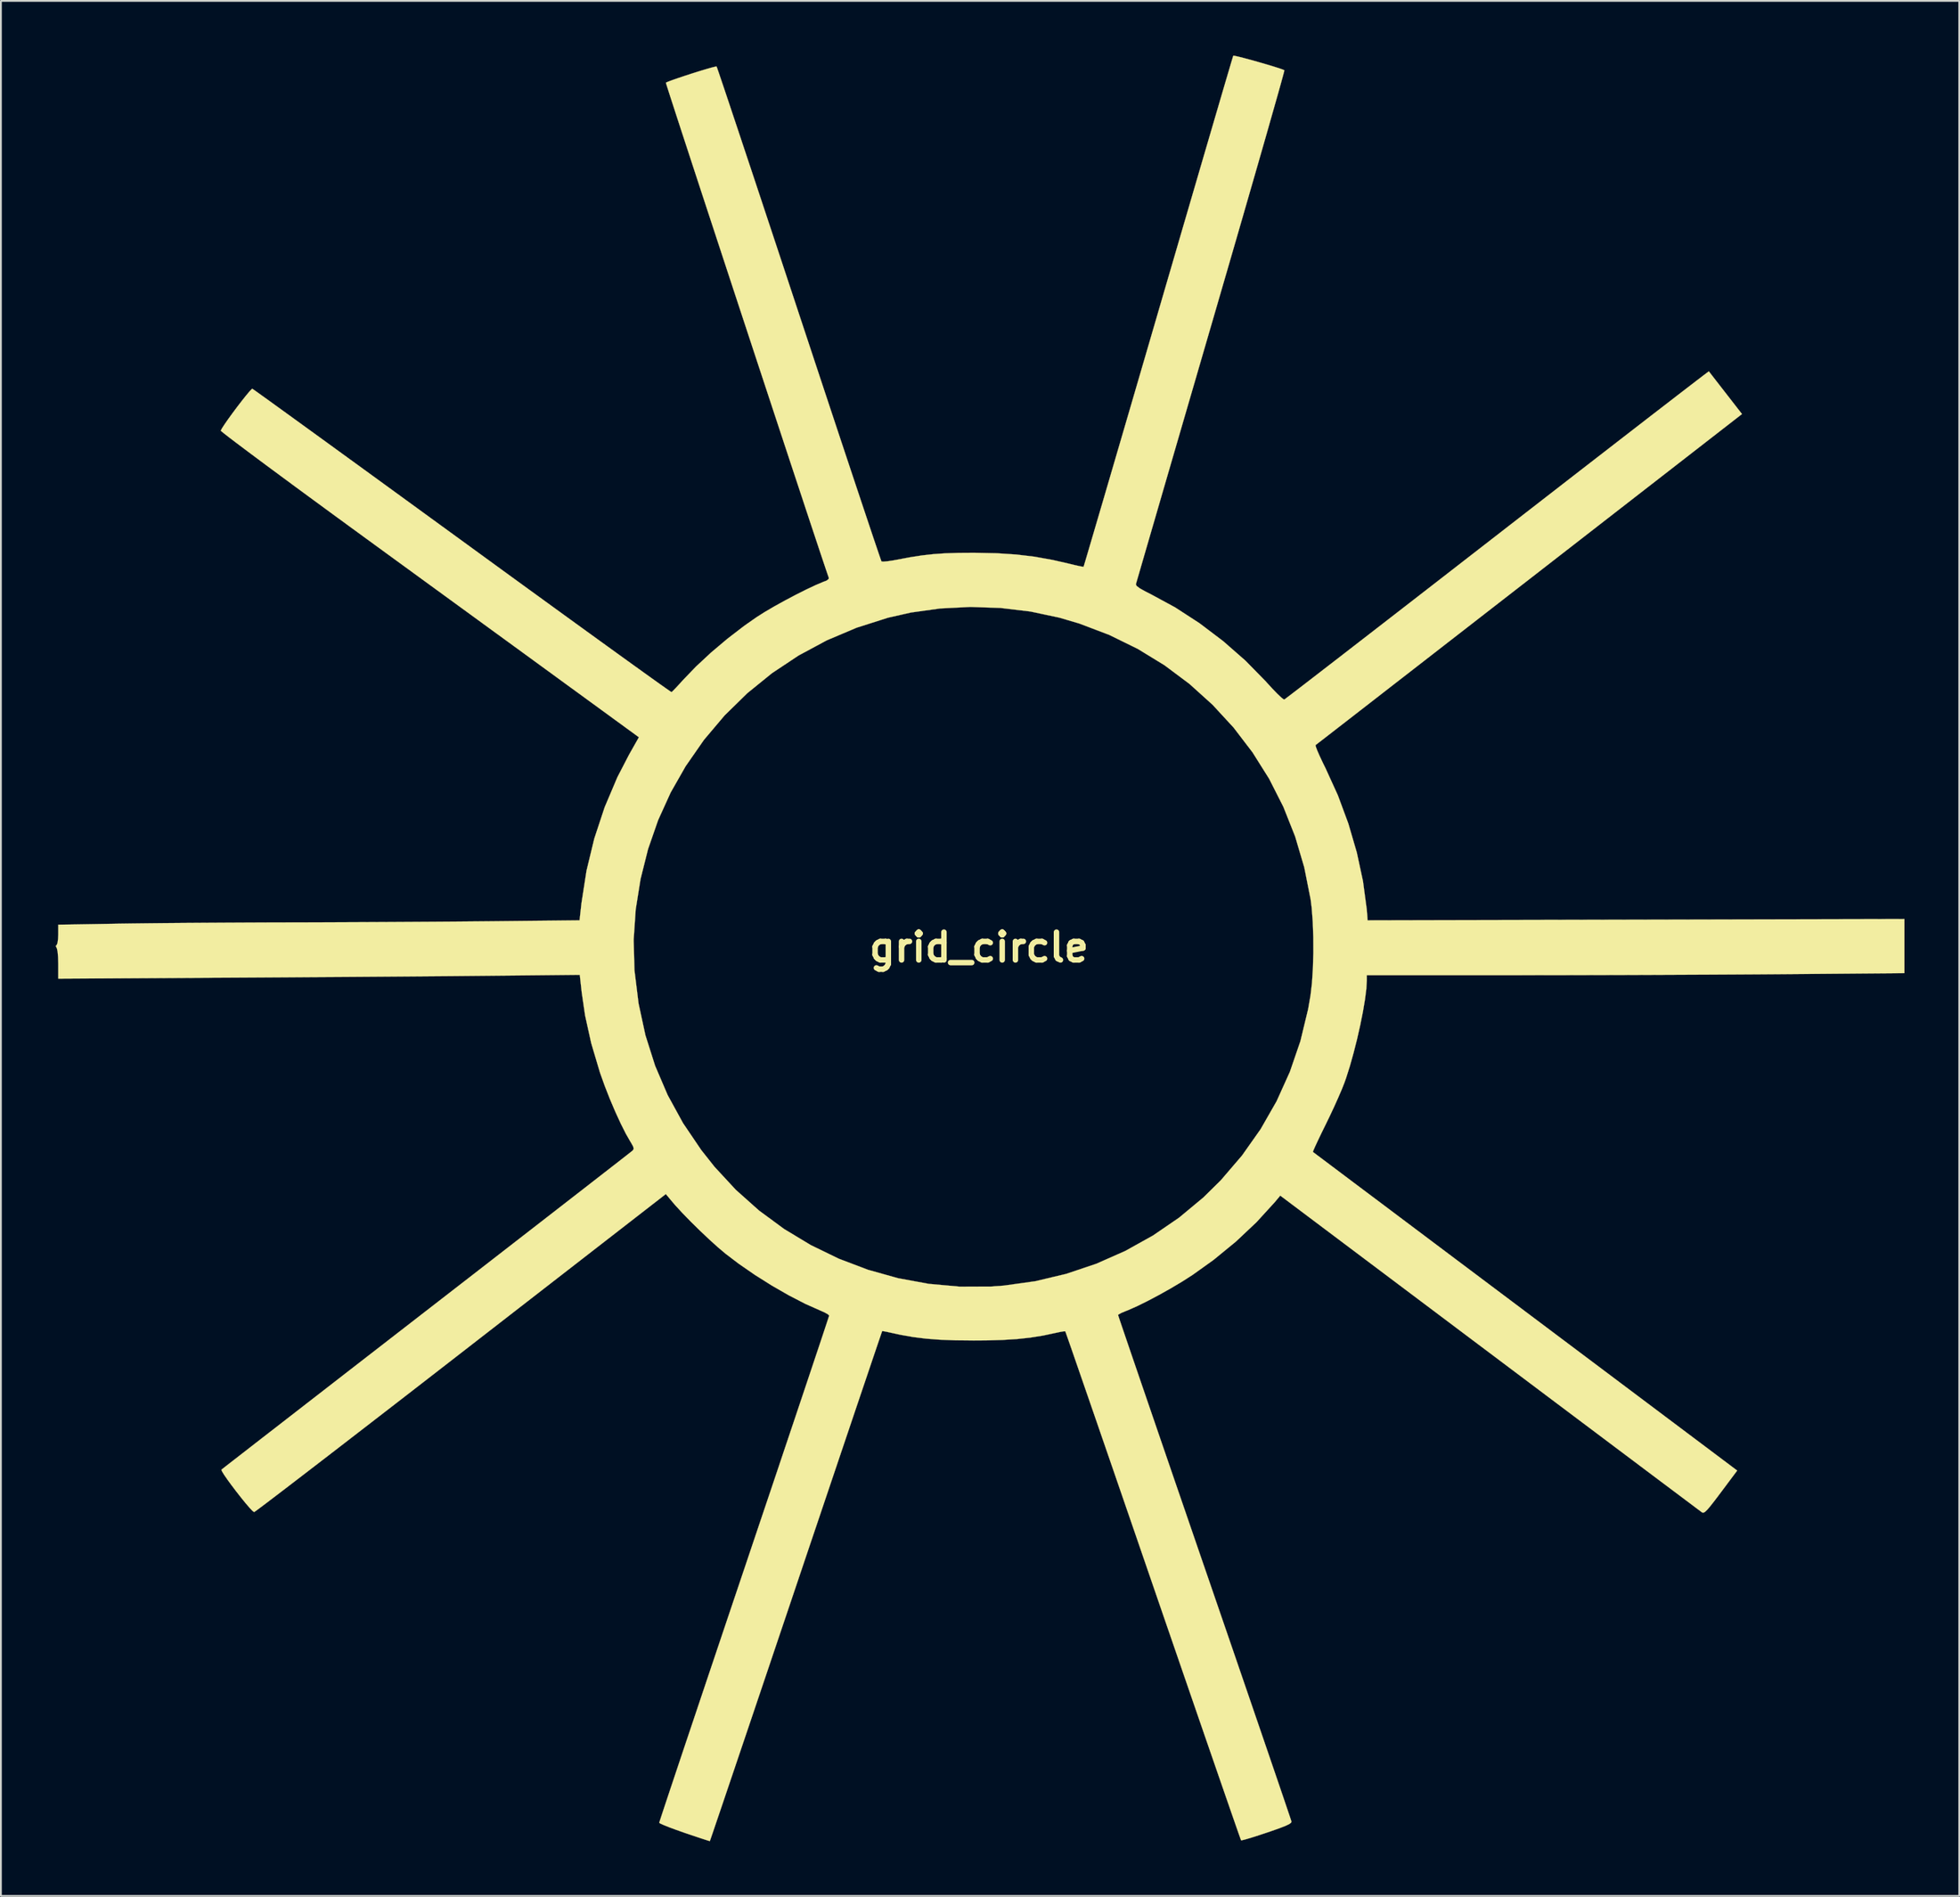
<source format=kicad_pcb>
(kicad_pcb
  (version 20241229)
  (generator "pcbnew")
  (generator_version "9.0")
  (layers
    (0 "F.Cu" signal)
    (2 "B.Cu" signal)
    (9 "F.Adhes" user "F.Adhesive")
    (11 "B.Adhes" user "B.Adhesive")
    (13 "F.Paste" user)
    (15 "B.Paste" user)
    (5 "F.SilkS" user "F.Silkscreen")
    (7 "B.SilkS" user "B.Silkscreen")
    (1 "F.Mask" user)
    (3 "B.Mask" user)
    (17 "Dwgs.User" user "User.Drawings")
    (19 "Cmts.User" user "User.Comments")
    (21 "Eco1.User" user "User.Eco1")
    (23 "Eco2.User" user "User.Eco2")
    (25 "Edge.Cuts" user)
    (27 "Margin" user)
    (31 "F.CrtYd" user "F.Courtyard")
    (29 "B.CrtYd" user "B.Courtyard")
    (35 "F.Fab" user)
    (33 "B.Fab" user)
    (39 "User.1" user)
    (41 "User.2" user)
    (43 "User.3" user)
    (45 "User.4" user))
  (footprint "grid_circle"
    (layer "F.Cu")
    (at 50.605 48.867)
    (property "Reference" "grid_circle" (at 0 0 0) (layer "F.SilkS") (effects (font (size 1.524 1.524) (thickness 0.3))))
    (attr through_hole)
    (fp_poly (pts (xy 14.019 -48.855) (xy 14.234 -48.807) (xy 14.546 -48.727) (xy 14.923 -48.626) (xy 15.332 -48.511) (xy 15.742 -48.392) (xy 16.119 -48.279) (xy 16.432 -48.18) (xy 16.648 -48.105) (xy 16.733 -48.065) (xy 16.715 -47.98) (xy 16.652 -47.741) (xy 16.546 -47.355) (xy 16.4 -46.833) (xy 16.215 -46.181) (xy 15.995 -45.408) (xy 15.743 -44.522) (xy 15.459 -43.533) (xy 15.147 -42.447) (xy 14.808 -41.274) (xy 14.447 -40.022) (xy 14.064 -38.699) (xy 13.662 -37.313) (xy 13.243 -35.873) (xy 12.811 -34.386) (xy 12.704 -34.02) (xy 12.268 -32.523) (xy 11.845 -31.068) (xy 11.436 -29.665) (xy 11.045 -28.322) (xy 10.674 -27.048) (xy 10.325 -25.85) (xy 10.001 -24.737) (xy 9.705 -23.717) (xy 9.438 -22.8) (xy 9.203 -21.993) (xy 9.003 -21.304) (xy 8.84 -20.743) (xy 8.716 -20.316) (xy 8.634 -20.034) (xy 8.597 -19.904) (xy 8.594 -19.897) (xy 8.637 -19.806) (xy 8.81 -19.676) (xy 9.124 -19.5) (xy 9.396 -19.363) (xy 10.743 -18.633) (xy 12.083 -17.763) (xy 13.38 -16.781) (xy 14.598 -15.714) (xy 15.701 -14.589) (xy 15.779 -14.502) (xy 16.082 -14.171) (xy 16.35 -13.895) (xy 16.562 -13.694) (xy 16.697 -13.589) (xy 16.729 -13.58) (xy 16.805 -13.635) (xy 17.008 -13.789) (xy 17.331 -14.036) (xy 17.767 -14.37) (xy 18.309 -14.788) (xy 18.95 -15.283) (xy 19.684 -15.849) (xy 20.503 -16.483) (xy 21.402 -17.178) (xy 22.372 -17.929) (xy 23.406 -18.73) (xy 24.499 -19.577) (xy 25.644 -20.465) (xy 26.832 -21.387) (xy 28.058 -22.338) (xy 28.402 -22.605) (xy 29.635 -23.562) (xy 30.833 -24.491) (xy 31.987 -25.386) (xy 33.091 -26.242) (xy 34.139 -27.053) (xy 35.123 -27.815) (xy 36.036 -28.521) (xy 36.872 -29.168) (xy 37.625 -29.748) (xy 38.286 -30.258) (xy 38.85 -30.692) (xy 39.309 -31.045) (xy 39.657 -31.311) (xy 39.887 -31.485) (xy 39.992 -31.562) (xy 39.998 -31.566) (xy 40.054 -31.493) (xy 40.196 -31.309) (xy 40.408 -31.036) (xy 40.672 -30.696) (xy 40.915 -30.383) (xy 41.813 -29.227) (xy 30.164 -20.18) (xy 28.925 -19.219) (xy 27.722 -18.285) (xy 26.562 -17.384) (xy 25.451 -16.522) (xy 24.397 -15.703) (xy 23.406 -14.934) (xy 22.484 -14.219) (xy 21.64 -13.563) (xy 20.879 -12.973) (xy 20.209 -12.453) (xy 19.636 -12.009) (xy 19.167 -11.645) (xy 18.809 -11.368) (xy 18.569 -11.183) (xy 18.453 -11.094) (xy 18.444 -11.087) (xy 18.456 -10.999) (xy 18.535 -10.788) (xy 18.671 -10.479) (xy 18.85 -10.098) (xy 18.989 -9.817) (xy 19.666 -8.332) (xy 20.241 -6.781) (xy 20.703 -5.2) (xy 21.042 -3.626) (xy 21.247 -2.094) (xy 21.273 -1.778) (xy 21.294 -1.482) (xy 36.005 -1.517) (xy 50.715 -1.552) (xy 50.715 1.411) (xy 43.921 1.468) (xy 42.734 1.477) (xy 41.407 1.485) (xy 39.971 1.493) (xy 38.455 1.5) (xy 36.888 1.507) (xy 35.302 1.513) (xy 33.725 1.517) (xy 32.187 1.521) (xy 30.719 1.523) (xy 29.35 1.524) (xy 29.189 1.524) (xy 21.251 1.524) (xy 21.251 1.826) (xy 21.225 2.277) (xy 21.152 2.855) (xy 21.038 3.528) (xy 20.891 4.262) (xy 20.718 5.026) (xy 20.526 5.785) (xy 20.323 6.508) (xy 20.116 7.161) (xy 20.026 7.414) (xy 19.885 7.772) (xy 19.685 8.236) (xy 19.448 8.763) (xy 19.192 9.307) (xy 18.992 9.718) (xy 18.769 10.172) (xy 18.577 10.572) (xy 18.427 10.894) (xy 18.33 11.114) (xy 18.297 11.208) (xy 18.298 11.21) (xy 18.368 11.263) (xy 18.566 11.413) (xy 18.887 11.653) (xy 19.321 11.98) (xy 19.863 12.387) (xy 20.506 12.871) (xy 21.243 13.424) (xy 22.067 14.042) (xy 22.97 14.721) (xy 23.946 15.454) (xy 24.988 16.237) (xy 26.089 17.064) (xy 27.242 17.929) (xy 28.44 18.829) (xy 29.677 19.757) (xy 29.94 19.955) (xy 41.55 28.672) (xy 40.657 29.866) (xy 40.33 30.299) (xy 40.087 30.61) (xy 39.912 30.817) (xy 39.788 30.935) (xy 39.702 30.98) (xy 39.636 30.97) (xy 39.621 30.961) (xy 39.539 30.9) (xy 39.329 30.743) (xy 38.997 30.494) (xy 38.552 30.16) (xy 37.999 29.745) (xy 37.346 29.256) (xy 36.6 28.696) (xy 35.769 28.071) (xy 34.858 27.388) (xy 33.876 26.65) (xy 32.829 25.864) (xy 31.725 25.035) (xy 30.57 24.167) (xy 29.372 23.267) (xy 28.137 22.339) (xy 27.994 22.232) (xy 16.509 13.603) (xy 16.195 13.977) (xy 15.203 15.063) (xy 14.078 16.123) (xy 12.854 17.126) (xy 11.701 17.951) (xy 11.141 18.309) (xy 10.519 18.68) (xy 9.872 19.043) (xy 9.237 19.379) (xy 8.654 19.667) (xy 8.16 19.885) (xy 8.022 19.939) (xy 7.793 20.035) (xy 7.647 20.117) (xy 7.62 20.149) (xy 7.647 20.234) (xy 7.726 20.471) (xy 7.855 20.852) (xy 8.031 21.368) (xy 8.25 22.012) (xy 8.511 22.774) (xy 8.81 23.648) (xy 9.144 24.623) (xy 9.511 25.694) (xy 9.907 26.85) (xy 10.331 28.085) (xy 10.778 29.389) (xy 11.248 30.754) (xy 11.735 32.173) (xy 12.238 33.637) (xy 12.36 33.99) (xy 12.867 35.465) (xy 13.359 36.897) (xy 13.834 38.279) (xy 14.288 39.602) (xy 14.719 40.858) (xy 15.123 42.038) (xy 15.499 43.135) (xy 15.843 44.14) (xy 16.152 45.044) (xy 16.424 45.84) (xy 16.655 46.519) (xy 16.843 47.073) (xy 16.985 47.494) (xy 17.079 47.773) (xy 17.12 47.902) (xy 17.122 47.909) (xy 17.097 47.974) (xy 16.991 48.05) (xy 16.785 48.147) (xy 16.46 48.273) (xy 15.998 48.436) (xy 15.774 48.512) (xy 15.322 48.662) (xy 14.929 48.787) (xy 14.62 48.878) (xy 14.422 48.929) (xy 14.363 48.935) (xy 14.332 48.852) (xy 14.248 48.617) (xy 14.115 48.238) (xy 13.936 47.724) (xy 13.713 47.082) (xy 13.449 46.32) (xy 13.147 45.448) (xy 12.81 44.472) (xy 12.44 43.402) (xy 12.041 42.245) (xy 11.615 41.009) (xy 11.165 39.703) (xy 10.694 38.335) (xy 10.204 36.913) (xy 9.699 35.445) (xy 9.54 34.982) (xy 9.031 33.502) (xy 8.537 32.065) (xy 8.06 30.68) (xy 7.604 29.355) (xy 7.171 28.097) (xy 6.763 26.915) (xy 6.385 25.818) (xy 6.038 24.813) (xy 5.725 23.908) (xy 5.45 23.112) (xy 5.215 22.433) (xy 5.023 21.879) (xy 4.876 21.458) (xy 4.778 21.179) (xy 4.731 21.049) (xy 4.728 21.04) (xy 4.636 21.042) (xy 4.428 21.078) (xy 4.19 21.129) (xy 3.506 21.274) (xy 2.817 21.384) (xy 2.09 21.463) (xy 1.289 21.513) (xy 0.378 21.539) (xy -0.296 21.543) (xy -1.284 21.533) (xy -2.141 21.501) (xy -2.904 21.442) (xy -3.612 21.354) (xy -4.302 21.232) (xy -4.806 21.123) (xy -5.068 21.065) (xy -5.251 21.032) (xy -5.309 21.029) (xy -5.337 21.109) (xy -5.417 21.343) (xy -5.546 21.72) (xy -5.72 22.233) (xy -5.937 22.875) (xy -6.194 23.636) (xy -6.489 24.508) (xy -6.819 25.484) (xy -7.18 26.555) (xy -7.571 27.713) (xy -7.988 28.95) (xy -8.429 30.257) (xy -8.891 31.628) (xy -9.372 33.052) (xy -9.867 34.523) (xy -10.03 35.007) (xy -10.53 36.491) (xy -11.016 37.931) (xy -11.484 39.32) (xy -11.932 40.648) (xy -12.357 41.908) (xy -12.757 43.092) (xy -13.129 44.192) (xy -13.469 45.199) (xy -13.776 46.105) (xy -14.045 46.902) (xy -14.276 47.582) (xy -14.465 48.137) (xy -14.608 48.559) (xy -14.704 48.839) (xy -14.75 48.969) (xy -14.754 48.978) (xy -14.836 48.955) (xy -15.053 48.886) (xy -15.377 48.78) (xy -15.781 48.644) (xy -16.15 48.519) (xy -16.6 48.36) (xy -16.988 48.216) (xy -17.289 48.095) (xy -17.476 48.009) (xy -17.526 47.971) (xy -17.499 47.884) (xy -17.421 47.645) (xy -17.295 47.262) (xy -17.122 46.742) (xy -16.907 46.096) (xy -16.651 45.33) (xy -16.358 44.453) (xy -16.03 43.474) (xy -15.669 42.4) (xy -15.28 41.24) (xy -14.864 40.001) (xy -14.424 38.693) (xy -13.964 37.324) (xy -13.485 35.901) (xy -12.99 34.433) (xy -12.869 34.074) (xy -12.372 32.596) (xy -11.889 31.162) (xy -11.423 29.779) (xy -10.978 28.455) (xy -10.557 27.199) (xy -10.16 26.019) (xy -9.793 24.924) (xy -9.457 23.921) (xy -9.155 23.018) (xy -8.89 22.225) (xy -8.664 21.549) (xy -8.481 20.998) (xy -8.343 20.581) (xy -8.253 20.306) (xy -8.214 20.182) (xy -8.213 20.175) (xy -8.285 20.105) (xy -8.473 20.001) (xy -8.7 19.901) (xy -9.52 19.536) (xy -10.418 19.072) (xy -11.351 18.536) (xy -12.279 17.952) (xy -13.161 17.343) (xy -13.885 16.793) (xy -14.299 16.444) (xy -14.78 16.01) (xy -15.291 15.527) (xy -15.796 15.03) (xy -16.259 14.555) (xy -16.644 14.136) (xy -16.781 13.977) (xy -17.164 13.518) (xy -28.396 22.232) (xy -29.612 23.175) (xy -30.793 24.09) (xy -31.931 24.971) (xy -33.02 25.812) (xy -34.052 26.609) (xy -35.02 27.356) (xy -35.918 28.048) (xy -36.739 28.679) (xy -37.475 29.244) (xy -38.12 29.738) (xy -38.666 30.154) (xy -39.106 30.489) (xy -39.435 30.736) (xy -39.644 30.89) (xy -39.726 30.946) (xy -39.727 30.946) (xy -39.815 30.883) (xy -39.977 30.712) (xy -40.194 30.46) (xy -40.444 30.152) (xy -40.708 29.815) (xy -40.965 29.476) (xy -41.195 29.161) (xy -41.378 28.896) (xy -41.492 28.708) (xy -41.518 28.623) (xy -41.518 28.622) (xy -41.444 28.564) (xy -41.244 28.407) (xy -40.923 28.158) (xy -40.489 27.821) (xy -39.95 27.403) (xy -39.312 26.907) (xy -38.581 26.341) (xy -37.766 25.709) (xy -36.873 25.016) (xy -35.909 24.269) (xy -34.882 23.472) (xy -33.797 22.631) (xy -32.662 21.752) (xy -31.485 20.84) (xy -30.271 19.899) (xy -30.268 19.897) (xy -29.054 18.956) (xy -27.875 18.043) (xy -26.739 17.162) (xy -25.652 16.319) (xy -24.622 15.52) (xy -23.655 14.77) (xy -22.76 14.075) (xy -21.941 13.44) (xy -21.208 12.87) (xy -20.566 12.371) (xy -20.023 11.949) (xy -19.586 11.609) (xy -19.261 11.355) (xy -19.057 11.195) (xy -18.979 11.133) (xy -18.926 11.045) (xy -18.952 10.917) (xy -19.069 10.706) (xy -19.1 10.657) (xy -19.351 10.22) (xy -19.634 9.658) (xy -19.933 9.008) (xy -20.231 8.308) (xy -20.511 7.595) (xy -20.758 6.906) (xy -20.783 6.83) (xy -21.253 5.25) (xy -21.589 3.731) (xy -21.774 2.462) (xy -21.88 1.504) (xy -26.963 1.556) (xy -27.783 1.564) (xy -28.753 1.573) (xy -29.85 1.582) (xy -31.055 1.592) (xy -32.347 1.602) (xy -33.706 1.612) (xy -35.111 1.622) (xy -36.542 1.631) (xy -37.978 1.641) (xy -39.398 1.65) (xy -40.783 1.658) (xy -41.254 1.661) (xy -50.461 1.714) (xy -50.461 0.916) (xy -50.471 0.535) (xy -50.497 0.236) (xy -50.536 0.056) (xy -50.553 0.026) (xy -50.6 -0.076) (xy -50.553 -0.122) (xy -50.505 -0.231) (xy -50.478 -0.413) (xy -18.929 -0.413) (xy -18.885 1.226) (xy -18.882 1.27) (xy -18.659 3.08) (xy -18.283 4.818) (xy -17.752 6.489) (xy -17.066 8.092) (xy -16.223 9.631) (xy -15.223 11.108) (xy -14.493 12.03) (xy -13.331 13.286) (xy -12.056 14.423) (xy -10.681 15.435) (xy -9.22 16.316) (xy -7.684 17.063) (xy -6.087 17.669) (xy -4.441 18.13) (xy -2.758 18.44) (xy -1.052 18.594) (xy 0.665 18.587) (xy 1.355 18.537) (xy 3.083 18.296) (xy 4.778 17.894) (xy 6.427 17.339) (xy 8.017 16.636) (xy 9.534 15.791) (xy 10.965 14.812) (xy 12.297 13.705) (xy 13.248 12.768) (xy 14.412 11.41) (xy 15.433 9.963) (xy 16.309 8.432) (xy 17.036 6.822) (xy 17.613 5.14) (xy 18.036 3.391) (xy 18.169 2.625) (xy 18.247 1.952) (xy 18.298 1.163) (xy 18.323 0.308) (xy 18.32 -0.565) (xy 18.29 -1.406) (xy 18.232 -2.164) (xy 18.175 -2.625) (xy 17.825 -4.386) (xy 17.324 -6.08) (xy 16.68 -7.701) (xy 15.899 -9.241) (xy 14.986 -10.692) (xy 13.95 -12.047) (xy 12.796 -13.298) (xy 11.532 -14.439) (xy 10.163 -15.462) (xy 8.696 -16.359) (xy 7.138 -17.123) (xy 5.496 -17.747) (xy 4.403 -18.069) (xy 2.821 -18.405) (xy 1.185 -18.601) (xy -0.473 -18.657) (xy -2.123 -18.574) (xy -3.734 -18.35) (xy -4.989 -18.066) (xy -6.706 -17.519) (xy -8.342 -16.827) (xy -9.891 -15.994) (xy -11.346 -15.027) (xy -12.699 -13.93) (xy -13.944 -12.711) (xy -15.074 -11.374) (xy -16.081 -9.924) (xy -16.898 -8.491) (xy -17.587 -6.974) (xy -18.14 -5.383) (xy -18.551 -3.743) (xy -18.816 -2.078) (xy -18.929 -0.413) (xy -50.478 -0.413) (xy -50.472 -0.457) (xy -50.461 -0.711) (xy -50.461 -1.242) (xy -47.096 -1.298) (xy -46.409 -1.308) (xy -45.579 -1.318) (xy -44.631 -1.328) (xy -43.59 -1.337) (xy -42.482 -1.345) (xy -41.333 -1.352) (xy -40.168 -1.358) (xy -39.013 -1.363) (xy -37.894 -1.366) (xy -37.719 -1.366) (xy -36.543 -1.369) (xy -35.278 -1.374) (xy -33.955 -1.38) (xy -32.608 -1.387) (xy -31.271 -1.395) (xy -29.976 -1.403) (xy -28.755 -1.412) (xy -27.643 -1.422) (xy -26.8 -1.43) (xy -21.892 -1.482) (xy -21.786 -2.43) (xy -21.511 -4.201) (xy -21.085 -5.961) (xy -20.517 -7.68) (xy -19.818 -9.328) (xy -19.185 -10.55) (xy -18.64 -11.514) (xy -22.041 -13.994) (xy -22.575 -14.382) (xy -23.231 -14.861) (xy -23.997 -15.419) (xy -24.857 -16.046) (xy -25.799 -16.732) (xy -26.809 -17.467) (xy -27.871 -18.241) (xy -28.974 -19.044) (xy -30.102 -19.865) (xy -31.241 -20.695) (xy -32.379 -21.523) (xy -33.5 -22.34) (xy -33.51 -22.347) (xy -34.549 -23.105) (xy -35.549 -23.835) (xy -36.501 -24.533) (xy -37.397 -25.191) (xy -38.228 -25.804) (xy -38.986 -26.364) (xy -39.663 -26.867) (xy -40.25 -27.306) (xy -40.738 -27.673) (xy -41.12 -27.964) (xy -41.387 -28.172) (xy -41.531 -28.291) (xy -41.554 -28.317) (xy -41.49 -28.443) (xy -41.347 -28.663) (xy -41.146 -28.952) (xy -40.907 -29.282) (xy -40.651 -29.625) (xy -40.397 -29.955) (xy -40.167 -30.244) (xy -39.981 -30.466) (xy -39.86 -30.593) (xy -39.826 -30.612) (xy -39.748 -30.559) (xy -39.541 -30.412) (xy -39.211 -30.175) (xy -38.766 -29.855) (xy -38.213 -29.455) (xy -37.559 -28.982) (xy -36.811 -28.44) (xy -35.976 -27.835) (xy -35.062 -27.171) (xy -34.075 -26.455) (xy -33.024 -25.691) (xy -31.914 -24.884) (xy -30.754 -24.04) (xy -29.55 -23.164) (xy -28.322 -22.271) (xy -27.083 -21.369) (xy -25.881 -20.494) (xy -24.723 -19.653) (xy -23.615 -18.849) (xy -22.566 -18.088) (xy -21.583 -17.376) (xy -20.672 -16.717) (xy -19.841 -16.117) (xy -19.096 -15.58) (xy -18.446 -15.113) (xy -17.896 -14.719) (xy -17.455 -14.404) (xy -17.129 -14.174) (xy -16.926 -14.033) (xy -16.853 -13.987) (xy -16.774 -14.057) (xy -16.61 -14.226) (xy -16.388 -14.465) (xy -16.224 -14.647) (xy -15.512 -15.387) (xy -14.687 -16.155) (xy -13.79 -16.912) (xy -12.863 -17.624) (xy -12.188 -18.096) (xy -11.75 -18.374) (xy -11.223 -18.683) (xy -10.643 -19.004) (xy -10.047 -19.319) (xy -9.47 -19.609) (xy -8.948 -19.855) (xy -8.516 -20.038) (xy -8.352 -20.099) (xy -8.241 -20.187) (xy -8.234 -20.257) (xy -8.29 -20.418) (xy -8.394 -20.724) (xy -8.542 -21.165) (xy -8.732 -21.732) (xy -8.958 -22.414) (xy -9.22 -23.2) (xy -9.512 -24.082) (xy -9.831 -25.048) (xy -10.176 -26.089) (xy -10.541 -27.194) (xy -10.923 -28.353) (xy -11.32 -29.557) (xy -11.728 -30.795) (xy -12.144 -32.057) (xy -12.564 -33.333) (xy -12.985 -34.612) (xy -13.404 -35.886) (xy -13.817 -37.142) (xy -14.221 -38.372) (xy -14.613 -39.566) (xy -14.99 -40.713) (xy -15.347 -41.802) (xy -15.682 -42.825) (xy -15.991 -43.77) (xy -16.272 -44.628) (xy -16.52 -45.389) (xy -16.732 -46.042) (xy -16.906 -46.578) (xy -17.037 -46.986) (xy -17.123 -47.256) (xy -17.159 -47.377) (xy -17.161 -47.384) (xy -17.059 -47.434) (xy -16.832 -47.519) (xy -16.513 -47.631) (xy -16.133 -47.758) (xy -15.724 -47.891) (xy -15.32 -48.018) (xy -14.951 -48.129) (xy -14.651 -48.215) (xy -14.451 -48.265) (xy -14.384 -48.272) (xy -14.352 -48.187) (xy -14.27 -47.949) (xy -14.141 -47.568) (xy -13.966 -47.051) (xy -13.75 -46.406) (xy -13.495 -45.642) (xy -13.203 -44.768) (xy -12.878 -43.791) (xy -12.521 -42.72) (xy -12.137 -41.564) (xy -11.728 -40.33) (xy -11.296 -39.028) (xy -10.844 -37.664) (xy -10.376 -36.249) (xy -9.893 -34.789) (xy -9.868 -34.713) (xy -9.384 -33.252) (xy -8.915 -31.834) (xy -8.462 -30.467) (xy -8.029 -29.161) (xy -7.618 -27.923) (xy -7.232 -26.762) (xy -6.874 -25.686) (xy -6.546 -24.704) (xy -6.252 -23.823) (xy -5.994 -23.053) (xy -5.776 -22.401) (xy -5.598 -21.877) (xy -5.466 -21.487) (xy -5.381 -21.242) (xy -5.346 -21.148) (xy -5.345 -21.148) (xy -5.242 -21.137) (xy -5.013 -21.158) (xy -4.697 -21.206) (xy -4.485 -21.245) (xy -3.771 -21.379) (xy -3.125 -21.479) (xy -2.501 -21.549) (xy -1.854 -21.594) (xy -1.134 -21.617) (xy -0.298 -21.623) (xy -0.212 -21.622) (xy 0.972 -21.598) (xy 2.041 -21.528) (xy 3.044 -21.408) (xy 4.033 -21.231) (xy 4.863 -21.041) (xy 5.215 -20.956) (xy 5.5 -20.892) (xy 5.682 -20.859) (xy 5.73 -20.857) (xy 5.756 -20.94) (xy 5.827 -21.176) (xy 5.94 -21.559) (xy 6.094 -22.08) (xy 6.285 -22.73) (xy 6.511 -23.5) (xy 6.771 -24.384) (xy 7.06 -25.371) (xy 7.377 -26.455) (xy 7.72 -27.626) (xy 8.086 -28.877) (xy 8.472 -30.199) (xy 8.876 -31.583) (xy 9.296 -33.022) (xy 9.729 -34.506) (xy 9.828 -34.846) (xy 10.264 -36.341) (xy 10.688 -37.791) (xy 11.096 -39.19) (xy 11.487 -40.527) (xy 11.858 -41.796) (xy 12.206 -42.987) (xy 12.53 -44.093) (xy 12.826 -45.105) (xy 13.093 -46.015) (xy 13.327 -46.814) (xy 13.527 -47.494) (xy 13.69 -48.046) (xy 13.813 -48.463) (xy 13.895 -48.736) (xy 13.932 -48.857) (xy 13.933 -48.862) (xy 14.019 -48.855)) (stroke (width 0.01) (type solid)) (fill yes) (layer "F.SilkS")))
  (gr_rect
    (start -3 -3)
    (end 104.325 100.85)
    (stroke (width 0.1) (type default))
    (fill no)
    (layer "Edge.Cuts")))
</source>
